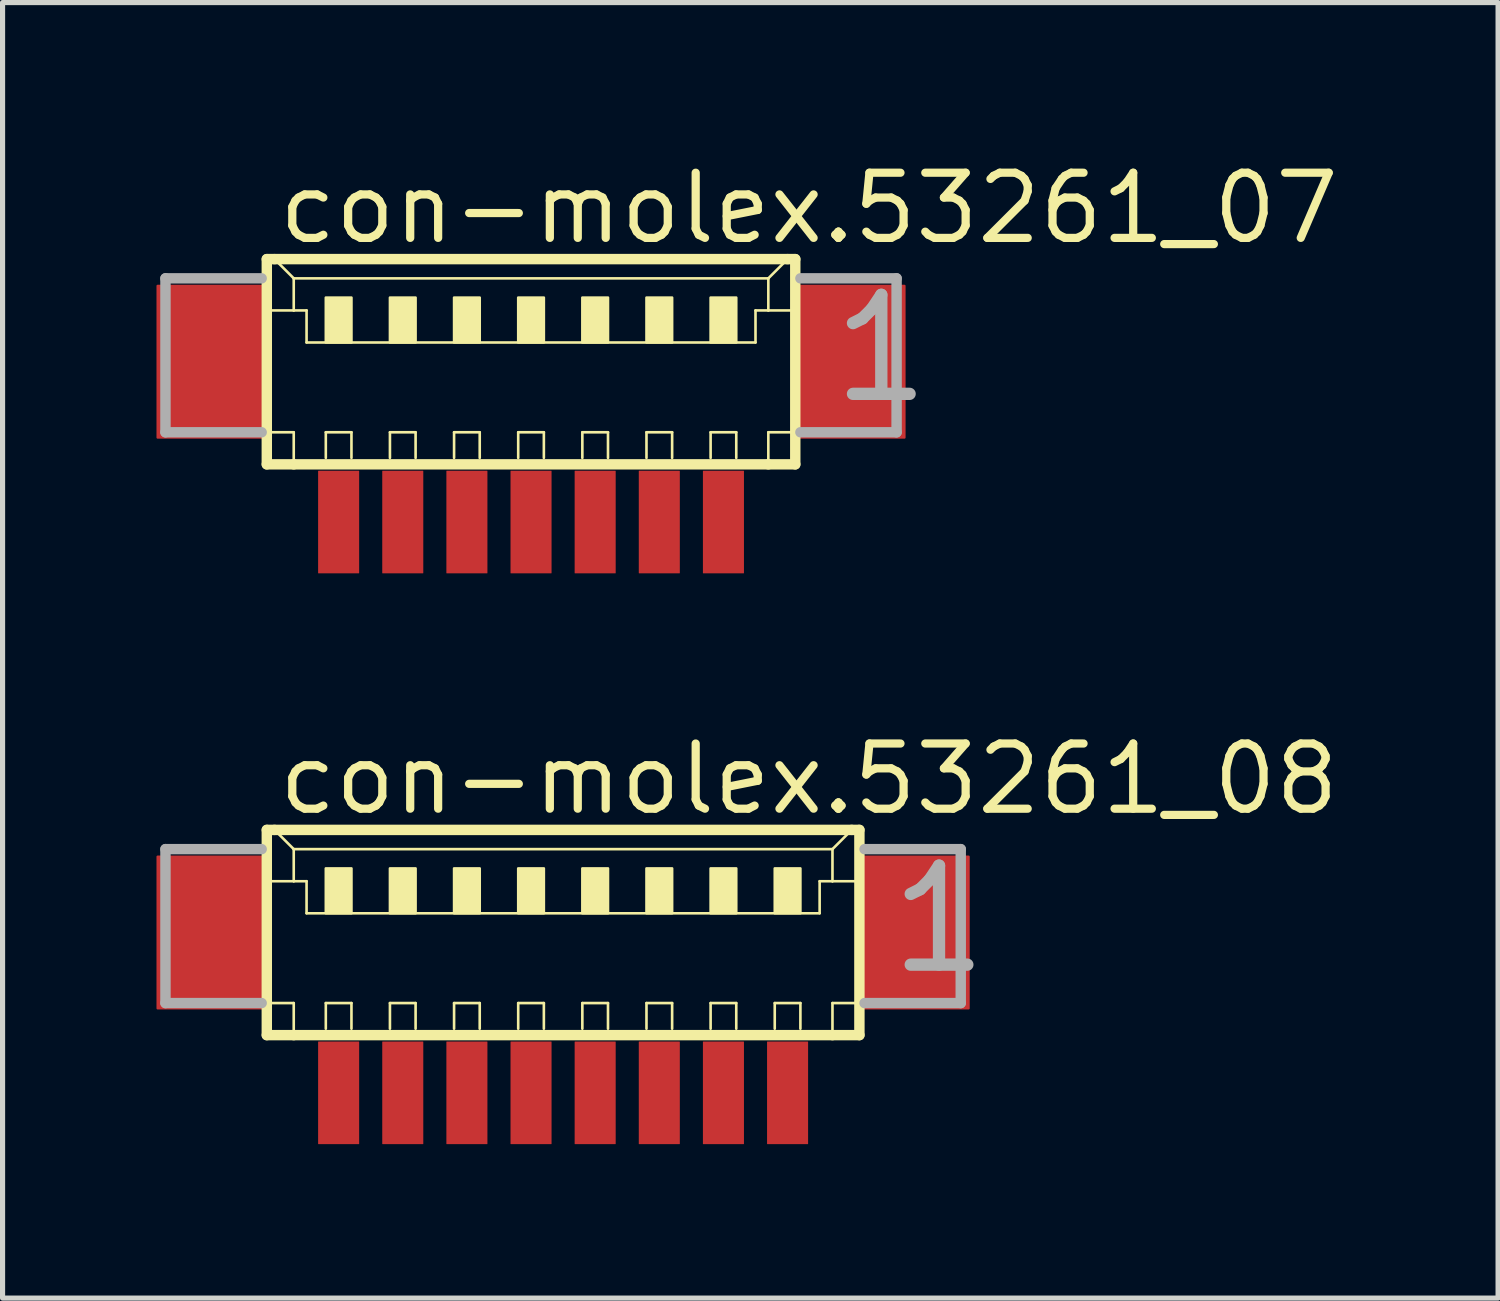
<source format=kicad_pcb>
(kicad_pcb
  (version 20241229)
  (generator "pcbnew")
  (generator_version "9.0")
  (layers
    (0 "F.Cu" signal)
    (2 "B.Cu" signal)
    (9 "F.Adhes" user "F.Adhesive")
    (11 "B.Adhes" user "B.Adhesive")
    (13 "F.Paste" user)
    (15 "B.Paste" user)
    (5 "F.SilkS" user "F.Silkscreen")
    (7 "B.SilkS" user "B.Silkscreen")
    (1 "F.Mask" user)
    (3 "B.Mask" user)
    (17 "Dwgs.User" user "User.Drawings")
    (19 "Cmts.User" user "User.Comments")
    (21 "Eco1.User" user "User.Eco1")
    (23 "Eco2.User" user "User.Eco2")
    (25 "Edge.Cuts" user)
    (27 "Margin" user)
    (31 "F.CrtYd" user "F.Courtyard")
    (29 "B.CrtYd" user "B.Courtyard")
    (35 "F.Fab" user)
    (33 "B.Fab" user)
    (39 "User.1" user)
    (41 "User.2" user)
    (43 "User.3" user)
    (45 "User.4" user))
  (footprint "con-molex.53261_08"
    (layer "F.Cu")
    (at 7.925 15.75)
    (property "Reference" "con-molex.53261_08" (at -5.625 -2.875 0) (layer "F.SilkS") (effects (font (size 1.27 1.27) (thickness 0.16)) (justify left bottom)))
    (attr smd)
    (fp_line (start -5.775 -2.625) (end -5.775 1.375) (stroke (width 0.203) (type default)) (layer "F.SilkS"))
    (fp_line (start -5.775 1.375) (end -5.25 1.375) (stroke (width 0.203) (type default)) (layer "F.SilkS"))
    (fp_line (start -5.75 -1.625) (end -5.25 -1.625) (stroke (width 0.051) (type default)) (layer "F.SilkS"))
    (fp_line (start -5.75 0.75) (end -5.25 0.75) (stroke (width 0.051) (type default)) (layer "F.SilkS"))
    (fp_line (start -5.625 -2.625) (end -5.775 -2.625) (stroke (width 0.203) (type default)) (layer "F.SilkS"))
    (fp_line (start -5.25 -2.25) (end -5.625 -2.625) (stroke (width 0.051) (type default)) (layer "F.SilkS"))
    (fp_line (start -5.25 -2.25) (end 5.25 -2.25) (stroke (width 0.051) (type default)) (layer "F.SilkS"))
    (fp_line (start -5.25 -1.625) (end -5.25 -2.25) (stroke (width 0.051) (type default)) (layer "F.SilkS"))
    (fp_line (start -5.25 -1.625) (end -5 -1.625) (stroke (width 0.051) (type default)) (layer "F.SilkS"))
    (fp_line (start -5.25 0.75) (end -5.25 1.375) (stroke (width 0.051) (type default)) (layer "F.SilkS"))
    (fp_line (start -5.25 1.375) (end 5.25 1.375) (stroke (width 0.203) (type default)) (layer "F.SilkS"))
    (fp_line (start -5 -1.625) (end -5 -1) (stroke (width 0.051) (type default)) (layer "F.SilkS"))
    (fp_line (start -5 -1) (end 5 -1) (stroke (width 0.051) (type default)) (layer "F.SilkS"))
    (fp_line (start -4.625 0.75) (end -4.125 0.75) (stroke (width 0.051) (type default)) (layer "F.SilkS"))
    (fp_line (start -4.625 1.25) (end -4.625 0.75) (stroke (width 0.051) (type default)) (layer "F.SilkS"))
    (fp_line (start -4.125 0.75) (end -4.125 1.25) (stroke (width 0.051) (type default)) (layer "F.SilkS"))
    (fp_line (start -3.375 0.75) (end -2.875 0.75) (stroke (width 0.051) (type default)) (layer "F.SilkS"))
    (fp_line (start -3.375 1.25) (end -3.375 0.75) (stroke (width 0.051) (type default)) (layer "F.SilkS"))
    (fp_line (start -2.875 0.75) (end -2.875 1.25) (stroke (width 0.051) (type default)) (layer "F.SilkS"))
    (fp_line (start -2.125 0.75) (end -1.625 0.75) (stroke (width 0.051) (type default)) (layer "F.SilkS"))
    (fp_line (start -2.125 1.25) (end -2.125 0.75) (stroke (width 0.051) (type default)) (layer "F.SilkS"))
    (fp_line (start -1.625 0.75) (end -1.625 1.25) (stroke (width 0.051) (type default)) (layer "F.SilkS"))
    (fp_line (start -0.875 0.75) (end -0.375 0.75) (stroke (width 0.051) (type default)) (layer "F.SilkS"))
    (fp_line (start -0.875 1.25) (end -0.875 0.75) (stroke (width 0.051) (type default)) (layer "F.SilkS"))
    (fp_line (start -0.375 0.75) (end -0.375 1.25) (stroke (width 0.051) (type default)) (layer "F.SilkS"))
    (fp_line (start 0.375 0.75) (end 0.875 0.75) (stroke (width 0.051) (type default)) (layer "F.SilkS"))
    (fp_line (start 0.375 1.25) (end 0.375 0.75) (stroke (width 0.051) (type default)) (layer "F.SilkS"))
    (fp_line (start 0.875 0.75) (end 0.875 1.25) (stroke (width 0.051) (type default)) (layer "F.SilkS"))
    (fp_line (start 1.625 0.75) (end 2.125 0.75) (stroke (width 0.051) (type default)) (layer "F.SilkS"))
    (fp_line (start 1.625 1.25) (end 1.625 0.75) (stroke (width 0.051) (type default)) (layer "F.SilkS"))
    (fp_line (start 2.125 0.75) (end 2.125 1.25) (stroke (width 0.051) (type default)) (layer "F.SilkS"))
    (fp_line (start 2.875 0.75) (end 3.375 0.75) (stroke (width 0.051) (type default)) (layer "F.SilkS"))
    (fp_line (start 2.875 1.25) (end 2.875 0.75) (stroke (width 0.051) (type default)) (layer "F.SilkS"))
    (fp_line (start 3.375 0.75) (end 3.375 1.25) (stroke (width 0.051) (type default)) (layer "F.SilkS"))
    (fp_line (start 4.125 0.75) (end 4.625 0.75) (stroke (width 0.051) (type default)) (layer "F.SilkS"))
    (fp_line (start 4.125 1.25) (end 4.125 0.75) (stroke (width 0.051) (type default)) (layer "F.SilkS"))
    (fp_line (start 4.625 0.75) (end 4.625 1.25) (stroke (width 0.051) (type default)) (layer "F.SilkS"))
    (fp_line (start 5 -1.625) (end 5 -1) (stroke (width 0.051) (type default)) (layer "F.SilkS"))
    (fp_line (start 5 -1.625) (end 5.25 -1.625) (stroke (width 0.051) (type default)) (layer "F.SilkS"))
    (fp_line (start 5.25 -2.25) (end 5.25 -1.625) (stroke (width 0.051) (type default)) (layer "F.SilkS"))
    (fp_line (start 5.25 -2.25) (end 5.625 -2.625) (stroke (width 0.051) (type default)) (layer "F.SilkS"))
    (fp_line (start 5.25 -1.625) (end 5.75 -1.625) (stroke (width 0.051) (type default)) (layer "F.SilkS"))
    (fp_line (start 5.25 0.75) (end 5.25 1.375) (stroke (width 0.051) (type default)) (layer "F.SilkS"))
    (fp_line (start 5.25 0.75) (end 5.75 0.75) (stroke (width 0.051) (type default)) (layer "F.SilkS"))
    (fp_line (start 5.25 1.375) (end 5.775 1.375) (stroke (width 0.203) (type default)) (layer "F.SilkS"))
    (fp_line (start 5.625 -2.625) (end -5.625 -2.625) (stroke (width 0.203) (type default)) (layer "F.SilkS"))
    (fp_line (start 5.775 -2.625) (end 5.625 -2.625) (stroke (width 0.203) (type default)) (layer "F.SilkS"))
    (fp_line (start 5.775 1.375) (end 5.775 -2.625) (stroke (width 0.203) (type default)) (layer "F.SilkS"))
    (fp_rect (start -4.625 -1) (end -4.125 -1.875) (stroke (width 0.05) (type default)) (fill yes) (layer "F.SilkS"))
    (fp_rect (start -3.375 -1) (end -2.875 -1.875) (stroke (width 0.05) (type default)) (fill yes) (layer "F.SilkS"))
    (fp_rect (start -2.125 -1) (end -1.625 -1.875) (stroke (width 0.05) (type default)) (fill yes) (layer "F.SilkS"))
    (fp_rect (start -0.875 -1) (end -0.375 -1.875) (stroke (width 0.05) (type default)) (fill yes) (layer "F.SilkS"))
    (fp_rect (start 0.375 -1) (end 0.875 -1.875) (stroke (width 0.05) (type default)) (fill yes) (layer "F.SilkS"))
    (fp_rect (start 1.625 -1) (end 2.125 -1.875) (stroke (width 0.05) (type default)) (fill yes) (layer "F.SilkS"))
    (fp_rect (start 2.875 -1) (end 3.375 -1.875) (stroke (width 0.05) (type default)) (fill yes) (layer "F.SilkS"))
    (fp_rect (start 4.125 -1) (end 4.625 -1.875) (stroke (width 0.05) (type default)) (fill yes) (layer "F.SilkS"))
    (fp_line (start -7.75 -2.25) (end -7.75 0.75) (stroke (width 0.203) (type default)) (layer "F.Fab"))
    (fp_line (start -7.75 0.75) (end -5.875 0.75) (stroke (width 0.203) (type default)) (layer "F.Fab"))
    (fp_line (start -5.875 -2.25) (end -7.75 -2.25) (stroke (width 0.203) (type default)) (layer "F.Fab"))
    (fp_line (start 5.875 0.75) (end 7.75 0.75) (stroke (width 0.203) (type default)) (layer "F.Fab"))
    (fp_line (start 7.75 -2.25) (end 5.875 -2.25) (stroke (width 0.203) (type default)) (layer "F.Fab"))
    (fp_line (start 7.75 0.75) (end 7.75 -2.25) (stroke (width 0.203) (type default)) (layer "F.Fab"))
    (fp_text user "1" (at 6.25 0.25 0) (layer "F.Fab") (effects (font (size 1.93 1.93) (thickness 0.24)) (justify left bottom)))
    (pad "1" smd roundrect (at 4.375 2.5) (size 0.8 2) (layers "F.Cu" "F.Mask" "F.Paste") (roundrect_rratio 0.01))
    (pad "2" smd roundrect (at 3.125 2.5) (size 0.8 2) (layers "F.Cu" "F.Mask" "F.Paste") (roundrect_rratio 0.01))
    (pad "3" smd roundrect (at 1.875 2.5) (size 0.8 2) (layers "F.Cu" "F.Mask" "F.Paste") (roundrect_rratio 0.01))
    (pad "4" smd roundrect (at 0.625 2.5) (size 0.8 2) (layers "F.Cu" "F.Mask" "F.Paste") (roundrect_rratio 0.01))
    (pad "5" smd roundrect (at -0.625 2.5) (size 0.8 2) (layers "F.Cu" "F.Mask" "F.Paste") (roundrect_rratio 0.01))
    (pad "6" smd roundrect (at -1.875 2.5) (size 0.8 2) (layers "F.Cu" "F.Mask" "F.Paste") (roundrect_rratio 0.01))
    (pad "7" smd roundrect (at -3.125 2.5) (size 0.8 2) (layers "F.Cu" "F.Mask" "F.Paste") (roundrect_rratio 0.01))
    (pad "8" smd roundrect (at -4.375 2.5) (size 0.8 2) (layers "F.Cu" "F.Mask" "F.Paste") (roundrect_rratio 0.01))
    (pad "S1" smd roundrect (at 6.875 -0.625) (size 2.1 3) (layers "F.Cu" "F.Mask" "F.Paste") (roundrect_rratio 0.01))
    (pad "S2" smd roundrect (at -6.875 -0.625) (size 2.1 3) (layers "F.Cu" "F.Mask" "F.Paste") (roundrect_rratio 0.01)))
  (footprint "con-molex.53261_07"
    (layer "F.Cu")
    (at 7.3 4.625)
    (property "Reference" "con-molex.53261_07" (at -5 -2.875 0) (layer "F.SilkS") (effects (font (size 1.27 1.27) (thickness 0.16)) (justify left bottom)))
    (attr smd)
    (fp_line (start -5.15 -2.625) (end -5.15 1.375) (stroke (width 0.203) (type default)) (layer "F.SilkS"))
    (fp_line (start -5.15 1.375) (end -4.625 1.375) (stroke (width 0.203) (type default)) (layer "F.SilkS"))
    (fp_line (start -5.125 -1.625) (end -4.625 -1.625) (stroke (width 0.051) (type default)) (layer "F.SilkS"))
    (fp_line (start -5.125 0.75) (end -4.625 0.75) (stroke (width 0.051) (type default)) (layer "F.SilkS"))
    (fp_line (start -5 -2.625) (end -5.15 -2.625) (stroke (width 0.203) (type default)) (layer "F.SilkS"))
    (fp_line (start -4.625 -2.25) (end -5 -2.625) (stroke (width 0.051) (type default)) (layer "F.SilkS"))
    (fp_line (start -4.625 -2.25) (end 4.625 -2.25) (stroke (width 0.051) (type default)) (layer "F.SilkS"))
    (fp_line (start -4.625 -1.625) (end -4.625 -2.25) (stroke (width 0.051) (type default)) (layer "F.SilkS"))
    (fp_line (start -4.625 -1.625) (end -4.375 -1.625) (stroke (width 0.051) (type default)) (layer "F.SilkS"))
    (fp_line (start -4.625 0.75) (end -4.625 1.375) (stroke (width 0.051) (type default)) (layer "F.SilkS"))
    (fp_line (start -4.625 1.375) (end 4.625 1.375) (stroke (width 0.203) (type default)) (layer "F.SilkS"))
    (fp_line (start -4.375 -1.625) (end -4.375 -1) (stroke (width 0.051) (type default)) (layer "F.SilkS"))
    (fp_line (start -4.375 -1) (end 4.375 -1) (stroke (width 0.051) (type default)) (layer "F.SilkS"))
    (fp_line (start -4 0.75) (end -3.5 0.75) (stroke (width 0.051) (type default)) (layer "F.SilkS"))
    (fp_line (start -4 1.25) (end -4 0.75) (stroke (width 0.051) (type default)) (layer "F.SilkS"))
    (fp_line (start -3.5 0.75) (end -3.5 1.25) (stroke (width 0.051) (type default)) (layer "F.SilkS"))
    (fp_line (start -2.75 0.75) (end -2.25 0.75) (stroke (width 0.051) (type default)) (layer "F.SilkS"))
    (fp_line (start -2.75 1.25) (end -2.75 0.75) (stroke (width 0.051) (type default)) (layer "F.SilkS"))
    (fp_line (start -2.25 0.75) (end -2.25 1.25) (stroke (width 0.051) (type default)) (layer "F.SilkS"))
    (fp_line (start -1.5 0.75) (end -1 0.75) (stroke (width 0.051) (type default)) (layer "F.SilkS"))
    (fp_line (start -1.5 1.25) (end -1.5 0.75) (stroke (width 0.051) (type default)) (layer "F.SilkS"))
    (fp_line (start -1 0.75) (end -1 1.25) (stroke (width 0.051) (type default)) (layer "F.SilkS"))
    (fp_line (start -0.25 0.75) (end 0.25 0.75) (stroke (width 0.051) (type default)) (layer "F.SilkS"))
    (fp_line (start -0.25 1.25) (end -0.25 0.75) (stroke (width 0.051) (type default)) (layer "F.SilkS"))
    (fp_line (start 0.25 0.75) (end 0.25 1.25) (stroke (width 0.051) (type default)) (layer "F.SilkS"))
    (fp_line (start 1 0.75) (end 1.5 0.75) (stroke (width 0.051) (type default)) (layer "F.SilkS"))
    (fp_line (start 1 1.25) (end 1 0.75) (stroke (width 0.051) (type default)) (layer "F.SilkS"))
    (fp_line (start 1.5 0.75) (end 1.5 1.25) (stroke (width 0.051) (type default)) (layer "F.SilkS"))
    (fp_line (start 2.25 0.75) (end 2.75 0.75) (stroke (width 0.051) (type default)) (layer "F.SilkS"))
    (fp_line (start 2.25 1.25) (end 2.25 0.75) (stroke (width 0.051) (type default)) (layer "F.SilkS"))
    (fp_line (start 2.75 0.75) (end 2.75 1.25) (stroke (width 0.051) (type default)) (layer "F.SilkS"))
    (fp_line (start 3.5 0.75) (end 4 0.75) (stroke (width 0.051) (type default)) (layer "F.SilkS"))
    (fp_line (start 3.5 1.25) (end 3.5 0.75) (stroke (width 0.051) (type default)) (layer "F.SilkS"))
    (fp_line (start 4 0.75) (end 4 1.25) (stroke (width 0.051) (type default)) (layer "F.SilkS"))
    (fp_line (start 4.375 -1.625) (end 4.375 -1) (stroke (width 0.051) (type default)) (layer "F.SilkS"))
    (fp_line (start 4.375 -1.625) (end 4.625 -1.625) (stroke (width 0.051) (type default)) (layer "F.SilkS"))
    (fp_line (start 4.625 -2.25) (end 4.625 -1.625) (stroke (width 0.051) (type default)) (layer "F.SilkS"))
    (fp_line (start 4.625 -2.25) (end 5 -2.625) (stroke (width 0.051) (type default)) (layer "F.SilkS"))
    (fp_line (start 4.625 -1.625) (end 5.125 -1.625) (stroke (width 0.051) (type default)) (layer "F.SilkS"))
    (fp_line (start 4.625 0.75) (end 4.625 1.375) (stroke (width 0.051) (type default)) (layer "F.SilkS"))
    (fp_line (start 4.625 0.75) (end 5.125 0.75) (stroke (width 0.051) (type default)) (layer "F.SilkS"))
    (fp_line (start 4.625 1.375) (end 5.15 1.375) (stroke (width 0.203) (type default)) (layer "F.SilkS"))
    (fp_line (start 5 -2.625) (end -5 -2.625) (stroke (width 0.203) (type default)) (layer "F.SilkS"))
    (fp_line (start 5.15 -2.625) (end 5 -2.625) (stroke (width 0.203) (type default)) (layer "F.SilkS"))
    (fp_line (start 5.15 1.375) (end 5.15 -2.625) (stroke (width 0.203) (type default)) (layer "F.SilkS"))
    (fp_rect (start -4 -1) (end -3.5 -1.875) (stroke (width 0.05) (type default)) (fill yes) (layer "F.SilkS"))
    (fp_rect (start -2.75 -1) (end -2.25 -1.875) (stroke (width 0.05) (type default)) (fill yes) (layer "F.SilkS"))
    (fp_rect (start -1.5 -1) (end -1 -1.875) (stroke (width 0.05) (type default)) (fill yes) (layer "F.SilkS"))
    (fp_rect (start -0.25 -1) (end 0.25 -1.875) (stroke (width 0.05) (type default)) (fill yes) (layer "F.SilkS"))
    (fp_rect (start 1 -1) (end 1.5 -1.875) (stroke (width 0.05) (type default)) (fill yes) (layer "F.SilkS"))
    (fp_rect (start 2.25 -1) (end 2.75 -1.875) (stroke (width 0.05) (type default)) (fill yes) (layer "F.SilkS"))
    (fp_rect (start 3.5 -1) (end 4 -1.875) (stroke (width 0.05) (type default)) (fill yes) (layer "F.SilkS"))
    (fp_line (start -7.125 -2.25) (end -7.125 0.75) (stroke (width 0.203) (type default)) (layer "F.Fab"))
    (fp_line (start -7.125 0.75) (end -5.25 0.75) (stroke (width 0.203) (type default)) (layer "F.Fab"))
    (fp_line (start -5.25 -2.25) (end -7.125 -2.25) (stroke (width 0.203) (type default)) (layer "F.Fab"))
    (fp_line (start 5.25 0.75) (end 7.125 0.75) (stroke (width 0.203) (type default)) (layer "F.Fab"))
    (fp_line (start 7.125 -2.25) (end 5.25 -2.25) (stroke (width 0.203) (type default)) (layer "F.Fab"))
    (fp_line (start 7.125 0.75) (end 7.125 -2.25) (stroke (width 0.203) (type default)) (layer "F.Fab"))
    (fp_text user "1" (at 5.75 0.25 0) (layer "F.Fab") (effects (font (size 1.93 1.93) (thickness 0.24)) (justify left bottom)))
    (pad "1" smd roundrect (at 3.75 2.5) (size 0.8 2) (layers "F.Cu" "F.Mask" "F.Paste") (roundrect_rratio 0.01))
    (pad "2" smd roundrect (at 2.5 2.5) (size 0.8 2) (layers "F.Cu" "F.Mask" "F.Paste") (roundrect_rratio 0.01))
    (pad "3" smd roundrect (at 1.25 2.5) (size 0.8 2) (layers "F.Cu" "F.Mask" "F.Paste") (roundrect_rratio 0.01))
    (pad "4" smd roundrect (at 0 2.5) (size 0.8 2) (layers "F.Cu" "F.Mask" "F.Paste") (roundrect_rratio 0.01))
    (pad "5" smd roundrect (at -1.25 2.5) (size 0.8 2) (layers "F.Cu" "F.Mask" "F.Paste") (roundrect_rratio 0.01))
    (pad "6" smd roundrect (at -2.5 2.5) (size 0.8 2) (layers "F.Cu" "F.Mask" "F.Paste") (roundrect_rratio 0.01))
    (pad "7" smd roundrect (at -3.75 2.5) (size 0.8 2) (layers "F.Cu" "F.Mask" "F.Paste") (roundrect_rratio 0.01))
    (pad "S1" smd roundrect (at 6.25 -0.625) (size 2.1 3) (layers "F.Cu" "F.Mask" "F.Paste") (roundrect_rratio 0.01))
    (pad "S2" smd roundrect (at -6.25 -0.625) (size 2.1 3) (layers "F.Cu" "F.Mask" "F.Paste") (roundrect_rratio 0.01)))
  (gr_rect
    (start -3 -3)
    (end 26.148 22.25)
    (stroke (width 0.1) (type default))
    (fill no)
    (layer "Edge.Cuts")))
</source>
